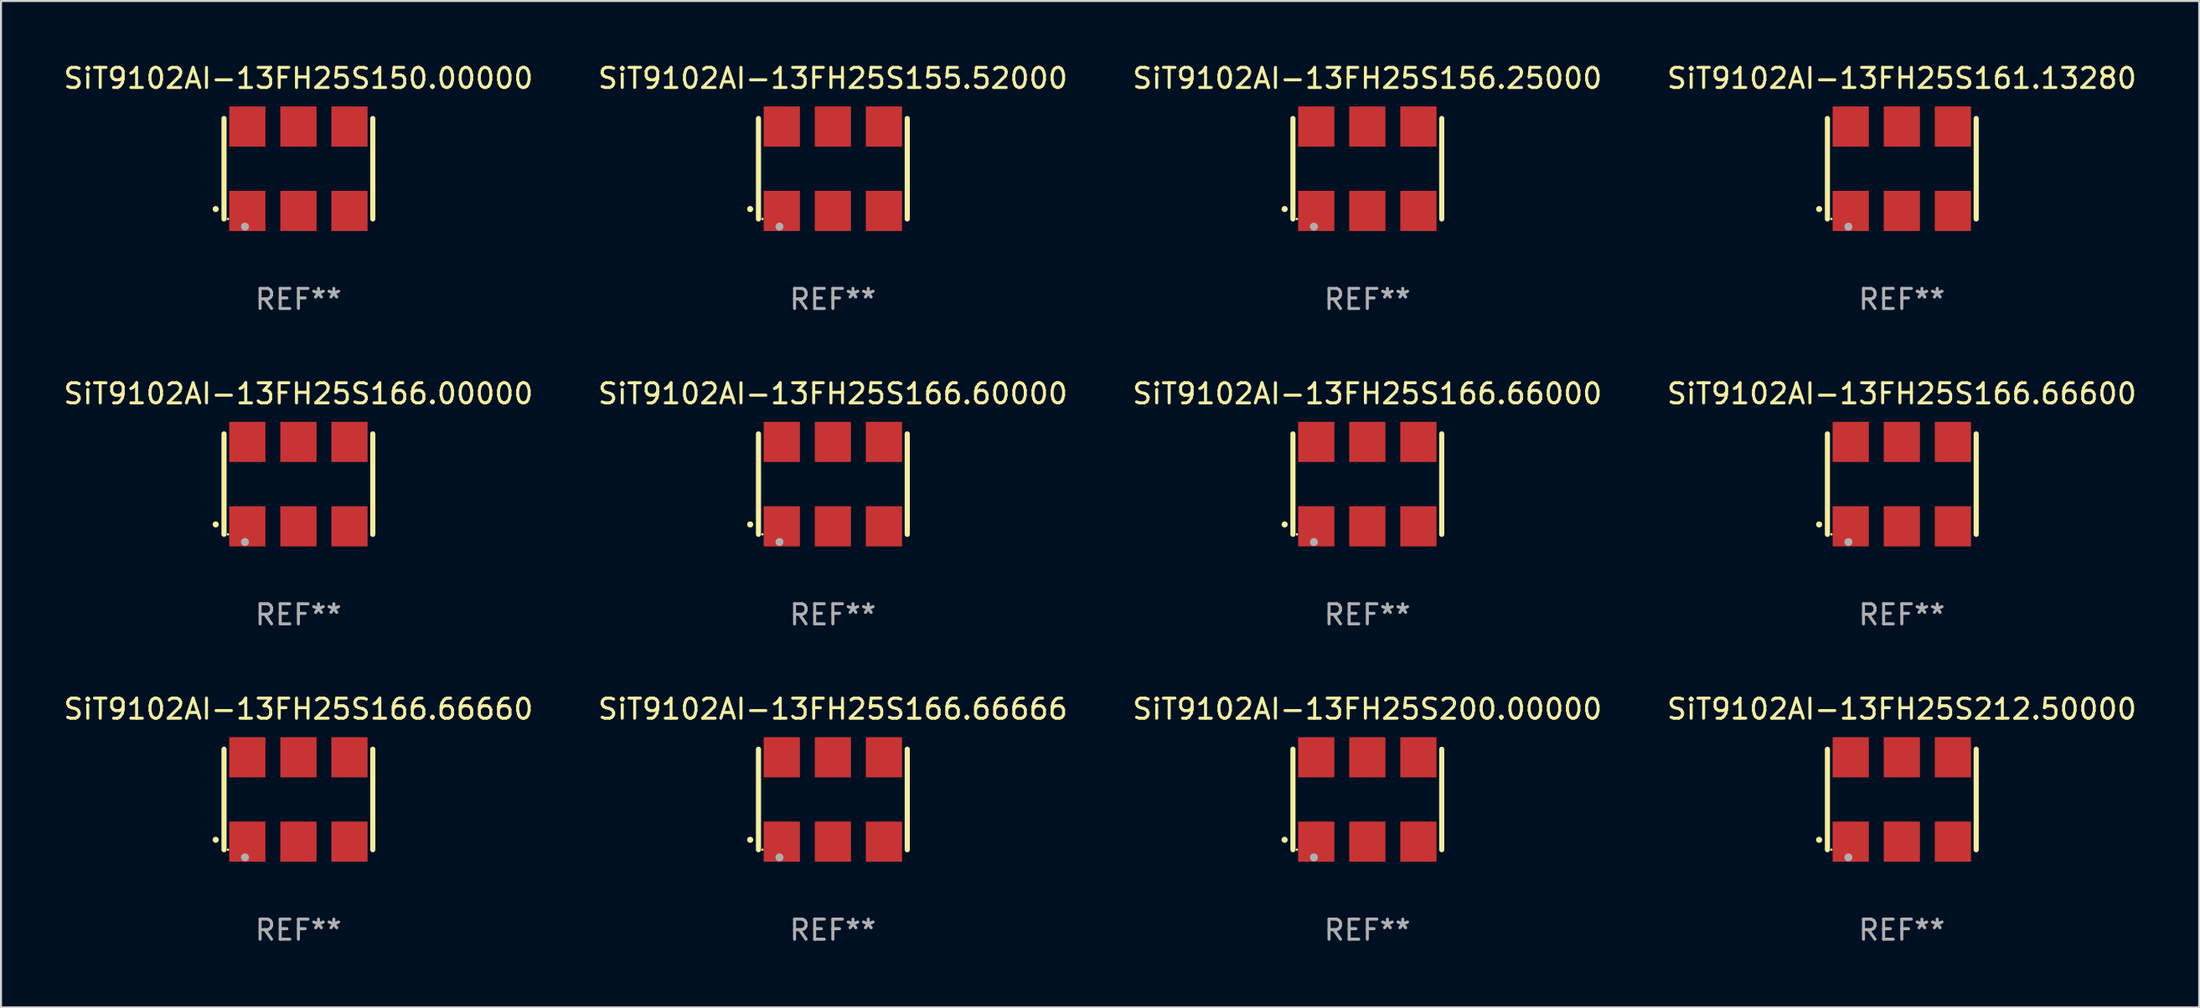
<source format=kicad_pcb>
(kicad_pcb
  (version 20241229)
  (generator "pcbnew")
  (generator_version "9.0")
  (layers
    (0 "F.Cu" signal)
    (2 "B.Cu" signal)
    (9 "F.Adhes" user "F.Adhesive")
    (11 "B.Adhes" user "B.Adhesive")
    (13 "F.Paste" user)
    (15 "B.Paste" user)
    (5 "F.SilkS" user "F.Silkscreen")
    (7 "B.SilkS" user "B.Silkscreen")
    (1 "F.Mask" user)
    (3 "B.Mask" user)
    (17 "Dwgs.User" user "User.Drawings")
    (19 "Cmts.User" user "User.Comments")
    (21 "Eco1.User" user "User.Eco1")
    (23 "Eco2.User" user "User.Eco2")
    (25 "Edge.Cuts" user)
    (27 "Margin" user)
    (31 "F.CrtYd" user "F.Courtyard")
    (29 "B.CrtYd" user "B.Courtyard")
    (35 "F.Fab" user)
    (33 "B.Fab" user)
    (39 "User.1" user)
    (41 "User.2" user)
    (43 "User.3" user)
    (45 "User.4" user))
  (footprint "SiT9102AI-13FH25S166.00000"
    (layer "F.Cu")
    (at 11.792 21.045)
    (property "Reference" "SiT9102AI-13FH25S166.00000" (at 0 -4.5 0) (layer "F.SilkS") (effects (font (size 1 1) (thickness 0.15))))
    (attr through_hole)
    (fp_line (start -3.7 -2.5) (end -3.7 2.5) (stroke (width 0.254) (type solid)) (layer "F.SilkS"))
    (fp_line (start 3.7 -2.5) (end 3.7 2.5) (stroke (width 0.254) (type solid)) (layer "F.SilkS"))
    (fp_arc (start -4.114415 2.006604) (mid -4.113145 2.006599) (end -4.111875 2.006604) (stroke (width 0.3) (type solid)) (layer "F.SilkS"))
    (fp_circle (center -3.502 2.5) (end -3.472 2.5) (stroke (width 0.06) (type solid)) (fill no) (layer "F.SilkS"))
    (fp_circle (center -2.657 2.882) (end -2.557 2.882) (stroke (width 0.2) (type solid)) (fill no) (layer "F.Fab"))
    (fp_text user "REF**" (at 0 6.5 0) (layer "F.Fab") (effects (font (size 1 1) (thickness 0.15))))
    (pad "1" smd rect (at -2.54 2.1) (size 1.8 2) (layers "F.Cu" "F.Mask" "F.Paste"))
    (pad "2" smd rect (at 0.000394 2.1) (size 1.8 2) (layers "F.Cu" "F.Mask" "F.Paste"))
    (pad "3" smd rect (at 2.54 2.1) (size 1.8 2) (layers "F.Cu" "F.Mask" "F.Paste"))
    (pad "4" smd rect (at 2.54 -2.1) (size 1.8 2) (layers "F.Cu" "F.Mask" "F.Paste"))
    (pad "5" smd rect (at 0.000394 -2.1) (size 1.8 2) (layers "F.Cu" "F.Mask" "F.Paste"))
    (pad "6" smd rect (at -2.54 -2.1) (size 1.8 2) (layers "F.Cu" "F.Mask" "F.Paste")))
  (footprint "SiT9102AI-13FH25S212.50000"
    (layer "F.Cu")
    (at 91.542 36.741)
    (property "Reference" "SiT9102AI-13FH25S212.50000" (at 0 -4.5 0) (layer "F.SilkS") (effects (font (size 1 1) (thickness 0.15))))
    (attr through_hole)
    (fp_line (start -3.7 -2.5) (end -3.7 2.5) (stroke (width 0.254) (type solid)) (layer "F.SilkS"))
    (fp_line (start 3.7 -2.5) (end 3.7 2.5) (stroke (width 0.254) (type solid)) (layer "F.SilkS"))
    (fp_arc (start -4.114415 2.006604) (mid -4.113145 2.006599) (end -4.111875 2.006604) (stroke (width 0.3) (type solid)) (layer "F.SilkS"))
    (fp_circle (center -3.502 2.5) (end -3.472 2.5) (stroke (width 0.06) (type solid)) (fill no) (layer "F.SilkS"))
    (fp_circle (center -2.657 2.882) (end -2.557 2.882) (stroke (width 0.2) (type solid)) (fill no) (layer "F.Fab"))
    (fp_text user "REF**" (at 0 6.5 0) (layer "F.Fab") (effects (font (size 1 1) (thickness 0.15))))
    (pad "1" smd rect (at -2.54 2.1) (size 1.8 2) (layers "F.Cu" "F.Mask" "F.Paste"))
    (pad "2" smd rect (at 0.000394 2.1) (size 1.8 2) (layers "F.Cu" "F.Mask" "F.Paste"))
    (pad "3" smd rect (at 2.54 2.1) (size 1.8 2) (layers "F.Cu" "F.Mask" "F.Paste"))
    (pad "4" smd rect (at 2.54 -2.1) (size 1.8 2) (layers "F.Cu" "F.Mask" "F.Paste"))
    (pad "5" smd rect (at 0.000394 -2.1) (size 1.8 2) (layers "F.Cu" "F.Mask" "F.Paste"))
    (pad "6" smd rect (at -2.54 -2.1) (size 1.8 2) (layers "F.Cu" "F.Mask" "F.Paste")))
  (footprint "SiT9102AI-13FH25S161.13280"
    (layer "F.Cu")
    (at 91.542 5.348)
    (property "Reference" "SiT9102AI-13FH25S161.13280" (at 0 -4.5 0) (layer "F.SilkS") (effects (font (size 1 1) (thickness 0.15))))
    (attr through_hole)
    (fp_line (start -3.7 -2.5) (end -3.7 2.5) (stroke (width 0.254) (type solid)) (layer "F.SilkS"))
    (fp_line (start 3.7 -2.5) (end 3.7 2.5) (stroke (width 0.254) (type solid)) (layer "F.SilkS"))
    (fp_arc (start -4.114415 2.006604) (mid -4.113145 2.006599) (end -4.111875 2.006604) (stroke (width 0.3) (type solid)) (layer "F.SilkS"))
    (fp_circle (center -3.502 2.5) (end -3.472 2.5) (stroke (width 0.06) (type solid)) (fill no) (layer "F.SilkS"))
    (fp_circle (center -2.657 2.882) (end -2.557 2.882) (stroke (width 0.2) (type solid)) (fill no) (layer "F.Fab"))
    (fp_text user "REF**" (at 0 6.5 0) (layer "F.Fab") (effects (font (size 1 1) (thickness 0.15))))
    (pad "1" smd rect (at -2.54 2.1) (size 1.8 2) (layers "F.Cu" "F.Mask" "F.Paste"))
    (pad "2" smd rect (at 0.000394 2.1) (size 1.8 2) (layers "F.Cu" "F.Mask" "F.Paste"))
    (pad "3" smd rect (at 2.54 2.1) (size 1.8 2) (layers "F.Cu" "F.Mask" "F.Paste"))
    (pad "4" smd rect (at 2.54 -2.1) (size 1.8 2) (layers "F.Cu" "F.Mask" "F.Paste"))
    (pad "5" smd rect (at 0.000394 -2.1) (size 1.8 2) (layers "F.Cu" "F.Mask" "F.Paste"))
    (pad "6" smd rect (at -2.54 -2.1) (size 1.8 2) (layers "F.Cu" "F.Mask" "F.Paste")))
  (footprint "SiT9102AI-13FH25S155.52000"
    (layer "F.Cu")
    (at 38.375 5.348)
    (property "Reference" "SiT9102AI-13FH25S155.52000" (at 0 -4.5 0) (layer "F.SilkS") (effects (font (size 1 1) (thickness 0.15))))
    (attr through_hole)
    (fp_line (start -3.7 -2.5) (end -3.7 2.5) (stroke (width 0.254) (type solid)) (layer "F.SilkS"))
    (fp_line (start 3.7 -2.5) (end 3.7 2.5) (stroke (width 0.254) (type solid)) (layer "F.SilkS"))
    (fp_arc (start -4.114415 2.006604) (mid -4.113145 2.006599) (end -4.111875 2.006604) (stroke (width 0.3) (type solid)) (layer "F.SilkS"))
    (fp_circle (center -3.502 2.5) (end -3.472 2.5) (stroke (width 0.06) (type solid)) (fill no) (layer "F.SilkS"))
    (fp_circle (center -2.657 2.882) (end -2.557 2.882) (stroke (width 0.2) (type solid)) (fill no) (layer "F.Fab"))
    (fp_text user "REF**" (at 0 6.5 0) (layer "F.Fab") (effects (font (size 1 1) (thickness 0.15))))
    (pad "1" smd rect (at -2.54 2.1) (size 1.8 2) (layers "F.Cu" "F.Mask" "F.Paste"))
    (pad "2" smd rect (at 0.000394 2.1) (size 1.8 2) (layers "F.Cu" "F.Mask" "F.Paste"))
    (pad "3" smd rect (at 2.54 2.1) (size 1.8 2) (layers "F.Cu" "F.Mask" "F.Paste"))
    (pad "4" smd rect (at 2.54 -2.1) (size 1.8 2) (layers "F.Cu" "F.Mask" "F.Paste"))
    (pad "5" smd rect (at 0.000394 -2.1) (size 1.8 2) (layers "F.Cu" "F.Mask" "F.Paste"))
    (pad "6" smd rect (at -2.54 -2.1) (size 1.8 2) (layers "F.Cu" "F.Mask" "F.Paste")))
  (footprint "SiT9102AI-13FH25S166.66000"
    (layer "F.Cu")
    (at 64.958 21.045)
    (property "Reference" "SiT9102AI-13FH25S166.66000" (at 0 -4.5 0) (layer "F.SilkS") (effects (font (size 1 1) (thickness 0.15))))
    (attr through_hole)
    (fp_line (start -3.7 -2.5) (end -3.7 2.5) (stroke (width 0.254) (type solid)) (layer "F.SilkS"))
    (fp_line (start 3.7 -2.5) (end 3.7 2.5) (stroke (width 0.254) (type solid)) (layer "F.SilkS"))
    (fp_arc (start -4.114415 2.006604) (mid -4.113145 2.006599) (end -4.111875 2.006604) (stroke (width 0.3) (type solid)) (layer "F.SilkS"))
    (fp_circle (center -3.502 2.5) (end -3.472 2.5) (stroke (width 0.06) (type solid)) (fill no) (layer "F.SilkS"))
    (fp_circle (center -2.657 2.882) (end -2.557 2.882) (stroke (width 0.2) (type solid)) (fill no) (layer "F.Fab"))
    (fp_text user "REF**" (at 0 6.5 0) (layer "F.Fab") (effects (font (size 1 1) (thickness 0.15))))
    (pad "1" smd rect (at -2.54 2.1) (size 1.8 2) (layers "F.Cu" "F.Mask" "F.Paste"))
    (pad "2" smd rect (at 0.000394 2.1) (size 1.8 2) (layers "F.Cu" "F.Mask" "F.Paste"))
    (pad "3" smd rect (at 2.54 2.1) (size 1.8 2) (layers "F.Cu" "F.Mask" "F.Paste"))
    (pad "4" smd rect (at 2.54 -2.1) (size 1.8 2) (layers "F.Cu" "F.Mask" "F.Paste"))
    (pad "5" smd rect (at 0.000394 -2.1) (size 1.8 2) (layers "F.Cu" "F.Mask" "F.Paste"))
    (pad "6" smd rect (at -2.54 -2.1) (size 1.8 2) (layers "F.Cu" "F.Mask" "F.Paste")))
  (footprint "SiT9102AI-13FH25S150.00000"
    (layer "F.Cu")
    (at 11.792 5.348)
    (property "Reference" "SiT9102AI-13FH25S150.00000" (at 0 -4.5 0) (layer "F.SilkS") (effects (font (size 1 1) (thickness 0.15))))
    (attr through_hole)
    (fp_line (start -3.7 -2.5) (end -3.7 2.5) (stroke (width 0.254) (type solid)) (layer "F.SilkS"))
    (fp_line (start 3.7 -2.5) (end 3.7 2.5) (stroke (width 0.254) (type solid)) (layer "F.SilkS"))
    (fp_arc (start -4.114415 2.006604) (mid -4.113145 2.006599) (end -4.111875 2.006604) (stroke (width 0.3) (type solid)) (layer "F.SilkS"))
    (fp_circle (center -3.502 2.5) (end -3.472 2.5) (stroke (width 0.06) (type solid)) (fill no) (layer "F.SilkS"))
    (fp_circle (center -2.657 2.882) (end -2.557 2.882) (stroke (width 0.2) (type solid)) (fill no) (layer "F.Fab"))
    (fp_text user "REF**" (at 0 6.5 0) (layer "F.Fab") (effects (font (size 1 1) (thickness 0.15))))
    (pad "1" smd rect (at -2.54 2.1) (size 1.8 2) (layers "F.Cu" "F.Mask" "F.Paste"))
    (pad "2" smd rect (at 0.000394 2.1) (size 1.8 2) (layers "F.Cu" "F.Mask" "F.Paste"))
    (pad "3" smd rect (at 2.54 2.1) (size 1.8 2) (layers "F.Cu" "F.Mask" "F.Paste"))
    (pad "4" smd rect (at 2.54 -2.1) (size 1.8 2) (layers "F.Cu" "F.Mask" "F.Paste"))
    (pad "5" smd rect (at 0.000394 -2.1) (size 1.8 2) (layers "F.Cu" "F.Mask" "F.Paste"))
    (pad "6" smd rect (at -2.54 -2.1) (size 1.8 2) (layers "F.Cu" "F.Mask" "F.Paste")))
  (footprint "SiT9102AI-13FH25S200.00000"
    (layer "F.Cu")
    (at 64.958 36.741)
    (property "Reference" "SiT9102AI-13FH25S200.00000" (at 0 -4.5 0) (layer "F.SilkS") (effects (font (size 1 1) (thickness 0.15))))
    (attr through_hole)
    (fp_line (start -3.7 -2.5) (end -3.7 2.5) (stroke (width 0.254) (type solid)) (layer "F.SilkS"))
    (fp_line (start 3.7 -2.5) (end 3.7 2.5) (stroke (width 0.254) (type solid)) (layer "F.SilkS"))
    (fp_arc (start -4.114415 2.006604) (mid -4.113145 2.006599) (end -4.111875 2.006604) (stroke (width 0.3) (type solid)) (layer "F.SilkS"))
    (fp_circle (center -3.502 2.5) (end -3.472 2.5) (stroke (width 0.06) (type solid)) (fill no) (layer "F.SilkS"))
    (fp_circle (center -2.657 2.882) (end -2.557 2.882) (stroke (width 0.2) (type solid)) (fill no) (layer "F.Fab"))
    (fp_text user "REF**" (at 0 6.5 0) (layer "F.Fab") (effects (font (size 1 1) (thickness 0.15))))
    (pad "1" smd rect (at -2.54 2.1) (size 1.8 2) (layers "F.Cu" "F.Mask" "F.Paste"))
    (pad "2" smd rect (at 0.000394 2.1) (size 1.8 2) (layers "F.Cu" "F.Mask" "F.Paste"))
    (pad "3" smd rect (at 2.54 2.1) (size 1.8 2) (layers "F.Cu" "F.Mask" "F.Paste"))
    (pad "4" smd rect (at 2.54 -2.1) (size 1.8 2) (layers "F.Cu" "F.Mask" "F.Paste"))
    (pad "5" smd rect (at 0.000394 -2.1) (size 1.8 2) (layers "F.Cu" "F.Mask" "F.Paste"))
    (pad "6" smd rect (at -2.54 -2.1) (size 1.8 2) (layers "F.Cu" "F.Mask" "F.Paste")))
  (footprint "SiT9102AI-13FH25S166.66660"
    (layer "F.Cu")
    (at 11.792 36.741)
    (property "Reference" "SiT9102AI-13FH25S166.66660" (at 0 -4.5 0) (layer "F.SilkS") (effects (font (size 1 1) (thickness 0.15))))
    (attr through_hole)
    (fp_line (start -3.7 -2.5) (end -3.7 2.5) (stroke (width 0.254) (type solid)) (layer "F.SilkS"))
    (fp_line (start 3.7 -2.5) (end 3.7 2.5) (stroke (width 0.254) (type solid)) (layer "F.SilkS"))
    (fp_arc (start -4.114415 2.006604) (mid -4.113145 2.006599) (end -4.111875 2.006604) (stroke (width 0.3) (type solid)) (layer "F.SilkS"))
    (fp_circle (center -3.502 2.5) (end -3.472 2.5) (stroke (width 0.06) (type solid)) (fill no) (layer "F.SilkS"))
    (fp_circle (center -2.657 2.882) (end -2.557 2.882) (stroke (width 0.2) (type solid)) (fill no) (layer "F.Fab"))
    (fp_text user "REF**" (at 0 6.5 0) (layer "F.Fab") (effects (font (size 1 1) (thickness 0.15))))
    (pad "1" smd rect (at -2.54 2.1) (size 1.8 2) (layers "F.Cu" "F.Mask" "F.Paste"))
    (pad "2" smd rect (at 0.000394 2.1) (size 1.8 2) (layers "F.Cu" "F.Mask" "F.Paste"))
    (pad "3" smd rect (at 2.54 2.1) (size 1.8 2) (layers "F.Cu" "F.Mask" "F.Paste"))
    (pad "4" smd rect (at 2.54 -2.1) (size 1.8 2) (layers "F.Cu" "F.Mask" "F.Paste"))
    (pad "5" smd rect (at 0.000394 -2.1) (size 1.8 2) (layers "F.Cu" "F.Mask" "F.Paste"))
    (pad "6" smd rect (at -2.54 -2.1) (size 1.8 2) (layers "F.Cu" "F.Mask" "F.Paste")))
  (footprint "SiT9102AI-13FH25S166.60000"
    (layer "F.Cu")
    (at 38.375 21.045)
    (property "Reference" "SiT9102AI-13FH25S166.60000" (at 0 -4.5 0) (layer "F.SilkS") (effects (font (size 1 1) (thickness 0.15))))
    (attr through_hole)
    (fp_line (start -3.7 -2.5) (end -3.7 2.5) (stroke (width 0.254) (type solid)) (layer "F.SilkS"))
    (fp_line (start 3.7 -2.5) (end 3.7 2.5) (stroke (width 0.254) (type solid)) (layer "F.SilkS"))
    (fp_arc (start -4.114415 2.006604) (mid -4.113145 2.006599) (end -4.111875 2.006604) (stroke (width 0.3) (type solid)) (layer "F.SilkS"))
    (fp_circle (center -3.502 2.5) (end -3.472 2.5) (stroke (width 0.06) (type solid)) (fill no) (layer "F.SilkS"))
    (fp_circle (center -2.657 2.882) (end -2.557 2.882) (stroke (width 0.2) (type solid)) (fill no) (layer "F.Fab"))
    (fp_text user "REF**" (at 0 6.5 0) (layer "F.Fab") (effects (font (size 1 1) (thickness 0.15))))
    (pad "1" smd rect (at -2.54 2.1) (size 1.8 2) (layers "F.Cu" "F.Mask" "F.Paste"))
    (pad "2" smd rect (at 0.000394 2.1) (size 1.8 2) (layers "F.Cu" "F.Mask" "F.Paste"))
    (pad "3" smd rect (at 2.54 2.1) (size 1.8 2) (layers "F.Cu" "F.Mask" "F.Paste"))
    (pad "4" smd rect (at 2.54 -2.1) (size 1.8 2) (layers "F.Cu" "F.Mask" "F.Paste"))
    (pad "5" smd rect (at 0.000394 -2.1) (size 1.8 2) (layers "F.Cu" "F.Mask" "F.Paste"))
    (pad "6" smd rect (at -2.54 -2.1) (size 1.8 2) (layers "F.Cu" "F.Mask" "F.Paste")))
  (footprint "SiT9102AI-13FH25S156.25000"
    (layer "F.Cu")
    (at 64.958 5.348)
    (property "Reference" "SiT9102AI-13FH25S156.25000" (at 0 -4.5 0) (layer "F.SilkS") (effects (font (size 1 1) (thickness 0.15))))
    (attr through_hole)
    (fp_line (start -3.7 -2.5) (end -3.7 2.5) (stroke (width 0.254) (type solid)) (layer "F.SilkS"))
    (fp_line (start 3.7 -2.5) (end 3.7 2.5) (stroke (width 0.254) (type solid)) (layer "F.SilkS"))
    (fp_arc (start -4.114415 2.006604) (mid -4.113145 2.006599) (end -4.111875 2.006604) (stroke (width 0.3) (type solid)) (layer "F.SilkS"))
    (fp_circle (center -3.502 2.5) (end -3.472 2.5) (stroke (width 0.06) (type solid)) (fill no) (layer "F.SilkS"))
    (fp_circle (center -2.657 2.882) (end -2.557 2.882) (stroke (width 0.2) (type solid)) (fill no) (layer "F.Fab"))
    (fp_text user "REF**" (at 0 6.5 0) (layer "F.Fab") (effects (font (size 1 1) (thickness 0.15))))
    (pad "1" smd rect (at -2.54 2.1) (size 1.8 2) (layers "F.Cu" "F.Mask" "F.Paste"))
    (pad "2" smd rect (at 0.000394 2.1) (size 1.8 2) (layers "F.Cu" "F.Mask" "F.Paste"))
    (pad "3" smd rect (at 2.54 2.1) (size 1.8 2) (layers "F.Cu" "F.Mask" "F.Paste"))
    (pad "4" smd rect (at 2.54 -2.1) (size 1.8 2) (layers "F.Cu" "F.Mask" "F.Paste"))
    (pad "5" smd rect (at 0.000394 -2.1) (size 1.8 2) (layers "F.Cu" "F.Mask" "F.Paste"))
    (pad "6" smd rect (at -2.54 -2.1) (size 1.8 2) (layers "F.Cu" "F.Mask" "F.Paste")))
  (footprint "SiT9102AI-13FH25S166.66600"
    (layer "F.Cu")
    (at 91.542 21.045)
    (property "Reference" "SiT9102AI-13FH25S166.66600" (at 0 -4.5 0) (layer "F.SilkS") (effects (font (size 1 1) (thickness 0.15))))
    (attr through_hole)
    (fp_line (start -3.7 -2.5) (end -3.7 2.5) (stroke (width 0.254) (type solid)) (layer "F.SilkS"))
    (fp_line (start 3.7 -2.5) (end 3.7 2.5) (stroke (width 0.254) (type solid)) (layer "F.SilkS"))
    (fp_arc (start -4.114415 2.006604) (mid -4.113145 2.006599) (end -4.111875 2.006604) (stroke (width 0.3) (type solid)) (layer "F.SilkS"))
    (fp_circle (center -3.502 2.5) (end -3.472 2.5) (stroke (width 0.06) (type solid)) (fill no) (layer "F.SilkS"))
    (fp_circle (center -2.657 2.882) (end -2.557 2.882) (stroke (width 0.2) (type solid)) (fill no) (layer "F.Fab"))
    (fp_text user "REF**" (at 0 6.5 0) (layer "F.Fab") (effects (font (size 1 1) (thickness 0.15))))
    (pad "1" smd rect (at -2.54 2.1) (size 1.8 2) (layers "F.Cu" "F.Mask" "F.Paste"))
    (pad "2" smd rect (at 0.000394 2.1) (size 1.8 2) (layers "F.Cu" "F.Mask" "F.Paste"))
    (pad "3" smd rect (at 2.54 2.1) (size 1.8 2) (layers "F.Cu" "F.Mask" "F.Paste"))
    (pad "4" smd rect (at 2.54 -2.1) (size 1.8 2) (layers "F.Cu" "F.Mask" "F.Paste"))
    (pad "5" smd rect (at 0.000394 -2.1) (size 1.8 2) (layers "F.Cu" "F.Mask" "F.Paste"))
    (pad "6" smd rect (at -2.54 -2.1) (size 1.8 2) (layers "F.Cu" "F.Mask" "F.Paste")))
  (footprint "SiT9102AI-13FH25S166.66666"
    (layer "F.Cu")
    (at 38.375 36.741)
    (property "Reference" "SiT9102AI-13FH25S166.66666" (at 0 -4.5 0) (layer "F.SilkS") (effects (font (size 1 1) (thickness 0.15))))
    (attr through_hole)
    (fp_line (start -3.7 -2.5) (end -3.7 2.5) (stroke (width 0.254) (type solid)) (layer "F.SilkS"))
    (fp_line (start 3.7 -2.5) (end 3.7 2.5) (stroke (width 0.254) (type solid)) (layer "F.SilkS"))
    (fp_arc (start -4.114415 2.006604) (mid -4.113145 2.006599) (end -4.111875 2.006604) (stroke (width 0.3) (type solid)) (layer "F.SilkS"))
    (fp_circle (center -3.502 2.5) (end -3.472 2.5) (stroke (width 0.06) (type solid)) (fill no) (layer "F.SilkS"))
    (fp_circle (center -2.657 2.882) (end -2.557 2.882) (stroke (width 0.2) (type solid)) (fill no) (layer "F.Fab"))
    (fp_text user "REF**" (at 0 6.5 0) (layer "F.Fab") (effects (font (size 1 1) (thickness 0.15))))
    (pad "1" smd rect (at -2.54 2.1) (size 1.8 2) (layers "F.Cu" "F.Mask" "F.Paste"))
    (pad "2" smd rect (at 0.000394 2.1) (size 1.8 2) (layers "F.Cu" "F.Mask" "F.Paste"))
    (pad "3" smd rect (at 2.54 2.1) (size 1.8 2) (layers "F.Cu" "F.Mask" "F.Paste"))
    (pad "4" smd rect (at 2.54 -2.1) (size 1.8 2) (layers "F.Cu" "F.Mask" "F.Paste"))
    (pad "5" smd rect (at 0.000394 -2.1) (size 1.8 2) (layers "F.Cu" "F.Mask" "F.Paste"))
    (pad "6" smd rect (at -2.54 -2.1) (size 1.8 2) (layers "F.Cu" "F.Mask" "F.Paste")))
  (gr_rect
    (start -3 -3)
    (end 106.333 47.09)
    (stroke (width 0.1) (type default))
    (fill no)
    (layer "Edge.Cuts")))
</source>
